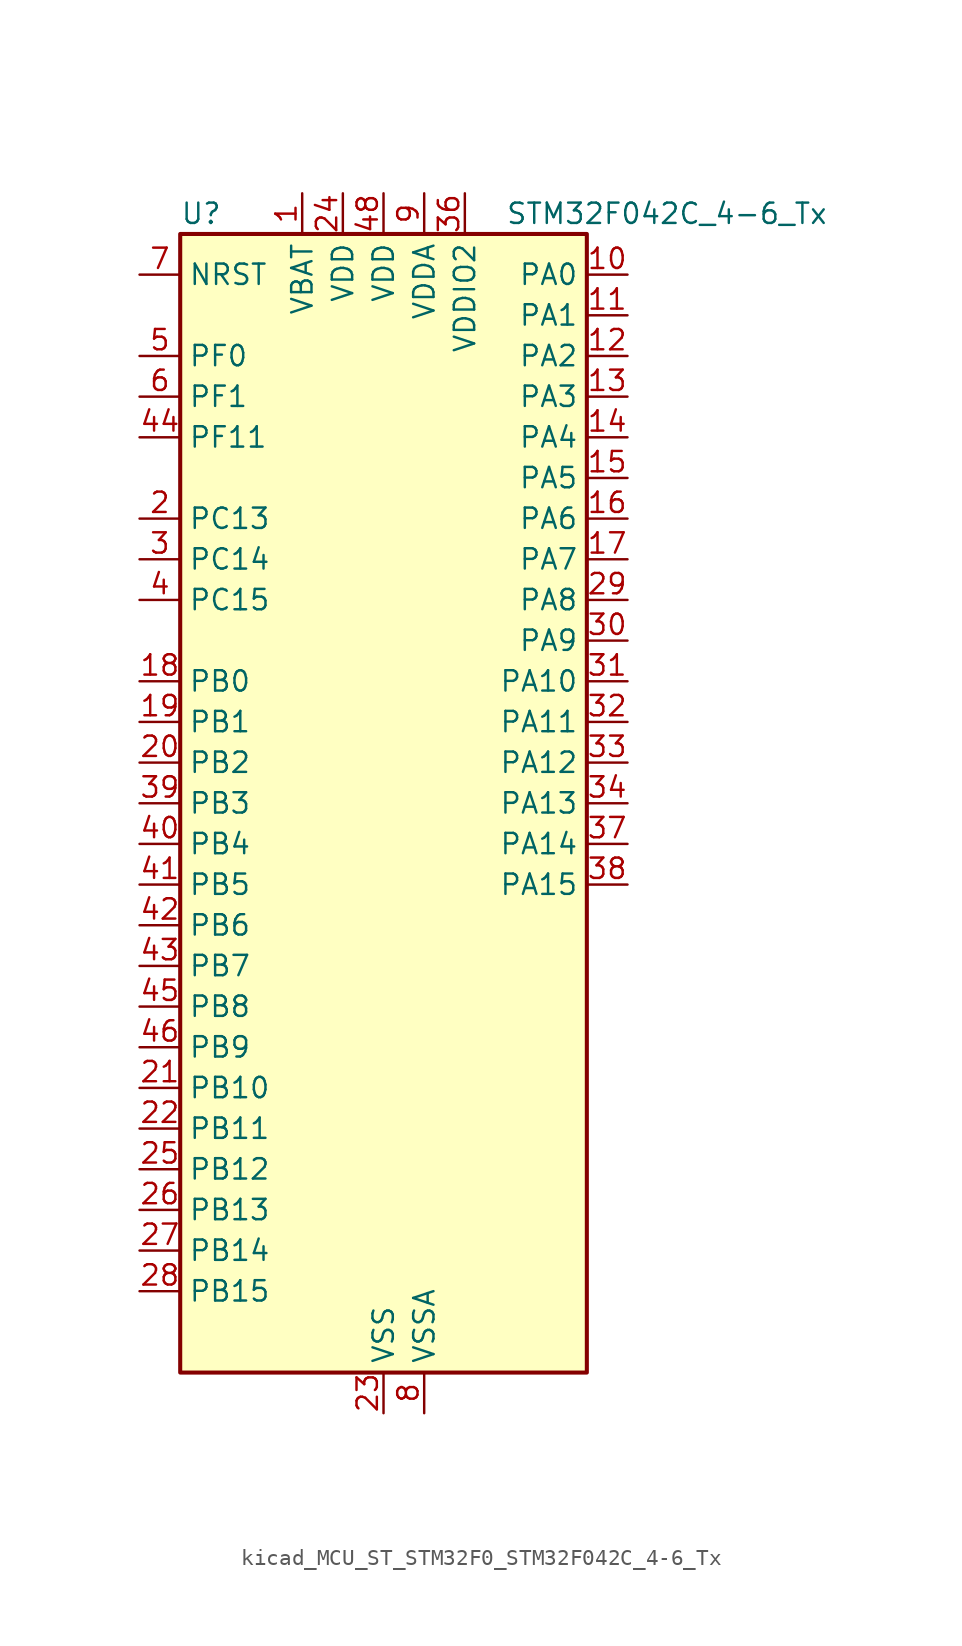
<source format=kicad_sym>
(kicad_symbol_lib
  (version 20220914)
  (generator kicad_symbol_editor)
  (symbol "kicad_MCU_ST_STM32F0_STM32F042C_4-6_Tx"
    (property "Reference" "U"
      (at -12.7 36.83 0)
      (effects (font (size 1.27 1.27)) (justify left)))
    (property "Value" "STM32F042C_4-6_Tx"
      (at 7.62 36.83 0)
      (effects (font (size 1.27 1.27)) (justify left)))
    (property "ki_locked" ""
      (at 0 0 0)
      (effects (font (size 1.27 1.27))))
    (symbol "kicad_MCU_ST_STM32F0_STM32F042C_4-6_Tx_0_1"
      (rectangle (start -12.7 -35.56) (end 12.7 35.56) (stroke (width 0.254) (type default)) (fill (type background))))
    (symbol "kicad_MCU_ST_STM32F0_STM32F042C_4-6_Tx_1_1"
      (pin power_in line (at -5.08 38.1 270) (length 2.54) (name "VBAT" (effects (font (size 1.27 1.27)))) (number "1" (effects (font (size 1.27 1.27)))))
      (pin bidirectional line (at 15.24 33.02 180) (length 2.54) (name "PA0" (effects (font (size 1.27 1.27)))) (number "10" (effects (font (size 1.27 1.27)))) (alternate "ADC_IN0" bidirectional line) (alternate "RTC_TAMP2" bidirectional line) (alternate "SYS_WKUP1" bidirectional line) (alternate "TIM2_CH1" bidirectional line) (alternate "TIM2_ETR" bidirectional line) (alternate "TSC_G1_IO1" bidirectional line) (alternate "USART2_CTS" bidirectional line))
      (pin bidirectional line (at 15.24 30.48 180) (length 2.54) (name "PA1" (effects (font (size 1.27 1.27)))) (number "11" (effects (font (size 1.27 1.27)))) (alternate "ADC_IN1" bidirectional line) (alternate "TIM2_CH2" bidirectional line) (alternate "TSC_G1_IO2" bidirectional line) (alternate "USART2_DE" bidirectional line) (alternate "USART2_RTS" bidirectional line))
      (pin bidirectional line (at 15.24 27.94 180) (length 2.54) (name "PA2" (effects (font (size 1.27 1.27)))) (number "12" (effects (font (size 1.27 1.27)))) (alternate "ADC_IN2" bidirectional line) (alternate "SYS_WKUP4" bidirectional line) (alternate "TIM2_CH3" bidirectional line) (alternate "TSC_G1_IO3" bidirectional line) (alternate "USART2_TX" bidirectional line))
      (pin bidirectional line (at 15.24 25.4 180) (length 2.54) (name "PA3" (effects (font (size 1.27 1.27)))) (number "13" (effects (font (size 1.27 1.27)))) (alternate "ADC_IN3" bidirectional line) (alternate "TIM2_CH4" bidirectional line) (alternate "TSC_G1_IO4" bidirectional line) (alternate "USART2_RX" bidirectional line))
      (pin bidirectional line (at 15.24 22.86 180) (length 2.54) (name "PA4" (effects (font (size 1.27 1.27)))) (number "14" (effects (font (size 1.27 1.27)))) (alternate "ADC_IN4" bidirectional line) (alternate "I2S1_WS" bidirectional line) (alternate "SPI1_NSS" bidirectional line) (alternate "TIM14_CH1" bidirectional line) (alternate "TSC_G2_IO1" bidirectional line) (alternate "USART2_CK" bidirectional line) (alternate "USB_NOE" bidirectional line))
      (pin bidirectional line (at 15.24 20.32 180) (length 2.54) (name "PA5" (effects (font (size 1.27 1.27)))) (number "15" (effects (font (size 1.27 1.27)))) (alternate "ADC_IN5" bidirectional line) (alternate "CEC" bidirectional line) (alternate "I2S1_CK" bidirectional line) (alternate "SPI1_SCK" bidirectional line) (alternate "TIM2_CH1" bidirectional line) (alternate "TIM2_ETR" bidirectional line) (alternate "TSC_G2_IO2" bidirectional line))
      (pin bidirectional line (at 15.24 17.78 180) (length 2.54) (name "PA6" (effects (font (size 1.27 1.27)))) (number "16" (effects (font (size 1.27 1.27)))) (alternate "ADC_IN6" bidirectional line) (alternate "I2S1_MCK" bidirectional line) (alternate "SPI1_MISO" bidirectional line) (alternate "TIM16_CH1" bidirectional line) (alternate "TIM1_BKIN" bidirectional line) (alternate "TIM3_CH1" bidirectional line) (alternate "TSC_G2_IO3" bidirectional line))
      (pin bidirectional line (at 15.24 15.24 180) (length 2.54) (name "PA7" (effects (font (size 1.27 1.27)))) (number "17" (effects (font (size 1.27 1.27)))) (alternate "ADC_IN7" bidirectional line) (alternate "I2S1_SD" bidirectional line) (alternate "SPI1_MOSI" bidirectional line) (alternate "TIM14_CH1" bidirectional line) (alternate "TIM17_CH1" bidirectional line) (alternate "TIM1_CH1N" bidirectional line) (alternate "TIM3_CH2" bidirectional line) (alternate "TSC_G2_IO4" bidirectional line))
      (pin bidirectional line (at -15.24 7.62 0) (length 2.54) (name "PB0" (effects (font (size 1.27 1.27)))) (number "18" (effects (font (size 1.27 1.27)))) (alternate "ADC_IN8" bidirectional line) (alternate "TIM1_CH2N" bidirectional line) (alternate "TIM3_CH3" bidirectional line) (alternate "TSC_G3_IO2" bidirectional line))
      (pin bidirectional line (at -15.24 5.08 0) (length 2.54) (name "PB1" (effects (font (size 1.27 1.27)))) (number "19" (effects (font (size 1.27 1.27)))) (alternate "ADC_IN9" bidirectional line) (alternate "TIM14_CH1" bidirectional line) (alternate "TIM1_CH3N" bidirectional line) (alternate "TIM3_CH4" bidirectional line) (alternate "TSC_G3_IO3" bidirectional line))
      (pin bidirectional line (at -15.24 17.78 0) (length 2.54) (name "PC13" (effects (font (size 1.27 1.27)))) (number "2" (effects (font (size 1.27 1.27)))) (alternate "RTC_OUT_ALARM" bidirectional line) (alternate "RTC_OUT_CALIB" bidirectional line) (alternate "RTC_TAMP1" bidirectional line) (alternate "RTC_TS" bidirectional line) (alternate "SYS_WKUP2" bidirectional line))
      (pin bidirectional line (at -15.24 2.54 0) (length 2.54) (name "PB2" (effects (font (size 1.27 1.27)))) (number "20" (effects (font (size 1.27 1.27)))) (alternate "TSC_G3_IO4" bidirectional line))
      (pin bidirectional line (at -15.24 -17.78 0) (length 2.54) (name "PB10" (effects (font (size 1.27 1.27)))) (number "21" (effects (font (size 1.27 1.27)))) (alternate "CEC" bidirectional line) (alternate "I2C1_SCL" bidirectional line) (alternate "SPI2_SCK" bidirectional line) (alternate "TIM2_CH3" bidirectional line) (alternate "TSC_SYNC" bidirectional line))
      (pin bidirectional line (at -15.24 -20.32 0) (length 2.54) (name "PB11" (effects (font (size 1.27 1.27)))) (number "22" (effects (font (size 1.27 1.27)))) (alternate "I2C1_SDA" bidirectional line) (alternate "TIM2_CH4" bidirectional line))
      (pin power_in line (at 0 -38.1 90) (length 2.54) (name "VSS" (effects (font (size 1.27 1.27)))) (number "23" (effects (font (size 1.27 1.27)))))
      (pin power_in line (at -2.54 38.1 270) (length 2.54) (name "VDD" (effects (font (size 1.27 1.27)))) (number "24" (effects (font (size 1.27 1.27)))))
      (pin bidirectional line (at -15.24 -22.86 0) (length 2.54) (name "PB12" (effects (font (size 1.27 1.27)))) (number "25" (effects (font (size 1.27 1.27)))) (alternate "SPI2_NSS" bidirectional line) (alternate "TIM1_BKIN" bidirectional line))
      (pin bidirectional line (at -15.24 -25.4 0) (length 2.54) (name "PB13" (effects (font (size 1.27 1.27)))) (number "26" (effects (font (size 1.27 1.27)))) (alternate "I2C1_SCL" bidirectional line) (alternate "SPI2_SCK" bidirectional line) (alternate "TIM1_CH1N" bidirectional line))
      (pin bidirectional line (at -15.24 -27.94 0) (length 2.54) (name "PB14" (effects (font (size 1.27 1.27)))) (number "27" (effects (font (size 1.27 1.27)))) (alternate "I2C1_SDA" bidirectional line) (alternate "SPI2_MISO" bidirectional line) (alternate "TIM1_CH2N" bidirectional line))
      (pin bidirectional line (at -15.24 -30.48 0) (length 2.54) (name "PB15" (effects (font (size 1.27 1.27)))) (number "28" (effects (font (size 1.27 1.27)))) (alternate "RTC_REFIN" bidirectional line) (alternate "SPI2_MOSI" bidirectional line) (alternate "SYS_WKUP7" bidirectional line) (alternate "TIM1_CH3N" bidirectional line))
      (pin bidirectional line (at 15.24 12.7 180) (length 2.54) (name "PA8" (effects (font (size 1.27 1.27)))) (number "29" (effects (font (size 1.27 1.27)))) (alternate "CRS_SYNC" bidirectional line) (alternate "RCC_MCO" bidirectional line) (alternate "TIM1_CH1" bidirectional line) (alternate "USART1_CK" bidirectional line))
      (pin bidirectional line (at -15.24 15.24 0) (length 2.54) (name "PC14" (effects (font (size 1.27 1.27)))) (number "3" (effects (font (size 1.27 1.27)))) (alternate "RCC_OSC32_IN" bidirectional line))
      (pin bidirectional line (at 15.24 10.16 180) (length 2.54) (name "PA9" (effects (font (size 1.27 1.27)))) (number "30" (effects (font (size 1.27 1.27)))) (alternate "I2C1_SCL" bidirectional line) (alternate "TIM1_CH2" bidirectional line) (alternate "TSC_G4_IO1" bidirectional line) (alternate "USART1_TX" bidirectional line))
      (pin bidirectional line (at 15.24 7.62 180) (length 2.54) (name "PA10" (effects (font (size 1.27 1.27)))) (number "31" (effects (font (size 1.27 1.27)))) (alternate "I2C1_SDA" bidirectional line) (alternate "TIM17_BKIN" bidirectional line) (alternate "TIM1_CH3" bidirectional line) (alternate "TSC_G4_IO2" bidirectional line) (alternate "USART1_RX" bidirectional line))
      (pin bidirectional line (at 15.24 5.08 180) (length 2.54) (name "PA11" (effects (font (size 1.27 1.27)))) (number "32" (effects (font (size 1.27 1.27)))) (alternate "CAN_RX" bidirectional line) (alternate "I2C1_SCL" bidirectional line) (alternate "TIM1_CH4" bidirectional line) (alternate "TSC_G4_IO3" bidirectional line) (alternate "USART1_CTS" bidirectional line) (alternate "USB_DM" bidirectional line))
      (pin bidirectional line (at 15.24 2.54 180) (length 2.54) (name "PA12" (effects (font (size 1.27 1.27)))) (number "33" (effects (font (size 1.27 1.27)))) (alternate "CAN_TX" bidirectional line) (alternate "I2C1_SDA" bidirectional line) (alternate "TIM1_ETR" bidirectional line) (alternate "TSC_G4_IO4" bidirectional line) (alternate "USART1_DE" bidirectional line) (alternate "USART1_RTS" bidirectional line) (alternate "USB_DP" bidirectional line))
      (pin bidirectional line (at 15.24 0 180) (length 2.54) (name "PA13" (effects (font (size 1.27 1.27)))) (number "34" (effects (font (size 1.27 1.27)))) (alternate "IR_OUT" bidirectional line) (alternate "SYS_SWDIO" bidirectional line) (alternate "USB_NOE" bidirectional line))
      (pin passive line (at 0 -38.1 90) (length 2.54) hide (name "VSS" (effects (font (size 1.27 1.27)))) (number "35" (effects (font (size 1.27 1.27)))))
      (pin power_in line (at 5.08 38.1 270) (length 2.54) (name "VDDIO2" (effects (font (size 1.27 1.27)))) (number "36" (effects (font (size 1.27 1.27)))))
      (pin bidirectional line (at 15.24 -2.54 180) (length 2.54) (name "PA14" (effects (font (size 1.27 1.27)))) (number "37" (effects (font (size 1.27 1.27)))) (alternate "SYS_SWCLK" bidirectional line) (alternate "USART2_TX" bidirectional line))
      (pin bidirectional line (at 15.24 -5.08 180) (length 2.54) (name "PA15" (effects (font (size 1.27 1.27)))) (number "38" (effects (font (size 1.27 1.27)))) (alternate "I2S1_WS" bidirectional line) (alternate "SPI1_NSS" bidirectional line) (alternate "TIM2_CH1" bidirectional line) (alternate "TIM2_ETR" bidirectional line) (alternate "USART2_RX" bidirectional line) (alternate "USB_NOE" bidirectional line))
      (pin bidirectional line (at -15.24 0 0) (length 2.54) (name "PB3" (effects (font (size 1.27 1.27)))) (number "39" (effects (font (size 1.27 1.27)))) (alternate "I2S1_CK" bidirectional line) (alternate "SPI1_SCK" bidirectional line) (alternate "TIM2_CH2" bidirectional line) (alternate "TSC_G5_IO1" bidirectional line))
      (pin bidirectional line (at -15.24 12.7 0) (length 2.54) (name "PC15" (effects (font (size 1.27 1.27)))) (number "4" (effects (font (size 1.27 1.27)))) (alternate "RCC_OSC32_OUT" bidirectional line))
      (pin bidirectional line (at -15.24 -2.54 0) (length 2.54) (name "PB4" (effects (font (size 1.27 1.27)))) (number "40" (effects (font (size 1.27 1.27)))) (alternate "I2S1_MCK" bidirectional line) (alternate "SPI1_MISO" bidirectional line) (alternate "TIM17_BKIN" bidirectional line) (alternate "TIM3_CH1" bidirectional line) (alternate "TSC_G5_IO2" bidirectional line))
      (pin bidirectional line (at -15.24 -5.08 0) (length 2.54) (name "PB5" (effects (font (size 1.27 1.27)))) (number "41" (effects (font (size 1.27 1.27)))) (alternate "I2C1_SMBA" bidirectional line) (alternate "I2S1_SD" bidirectional line) (alternate "SPI1_MOSI" bidirectional line) (alternate "SYS_WKUP6" bidirectional line) (alternate "TIM16_BKIN" bidirectional line) (alternate "TIM3_CH2" bidirectional line))
      (pin bidirectional line (at -15.24 -7.62 0) (length 2.54) (name "PB6" (effects (font (size 1.27 1.27)))) (number "42" (effects (font (size 1.27 1.27)))) (alternate "I2C1_SCL" bidirectional line) (alternate "TIM16_CH1N" bidirectional line) (alternate "TSC_G5_IO3" bidirectional line) (alternate "USART1_TX" bidirectional line))
      (pin bidirectional line (at -15.24 -10.16 0) (length 2.54) (name "PB7" (effects (font (size 1.27 1.27)))) (number "43" (effects (font (size 1.27 1.27)))) (alternate "I2C1_SDA" bidirectional line) (alternate "TIM17_CH1N" bidirectional line) (alternate "TSC_G5_IO4" bidirectional line) (alternate "USART1_RX" bidirectional line))
      (pin bidirectional line (at -15.24 22.86 0) (length 2.54) (name "PF11" (effects (font (size 1.27 1.27)))) (number "44" (effects (font (size 1.27 1.27)))))
      (pin bidirectional line (at -15.24 -12.7 0) (length 2.54) (name "PB8" (effects (font (size 1.27 1.27)))) (number "45" (effects (font (size 1.27 1.27)))) (alternate "CAN_RX" bidirectional line) (alternate "CEC" bidirectional line) (alternate "I2C1_SCL" bidirectional line) (alternate "TIM16_CH1" bidirectional line) (alternate "TSC_SYNC" bidirectional line))
      (pin bidirectional line (at -15.24 -15.24 0) (length 2.54) (name "PB9" (effects (font (size 1.27 1.27)))) (number "46" (effects (font (size 1.27 1.27)))) (alternate "CAN_TX" bidirectional line) (alternate "I2C1_SDA" bidirectional line) (alternate "IR_OUT" bidirectional line) (alternate "SPI2_NSS" bidirectional line) (alternate "TIM17_CH1" bidirectional line))
      (pin passive line (at 0 -38.1 90) (length 2.54) hide (name "VSS" (effects (font (size 1.27 1.27)))) (number "47" (effects (font (size 1.27 1.27)))))
      (pin power_in line (at 0 38.1 270) (length 2.54) (name "VDD" (effects (font (size 1.27 1.27)))) (number "48" (effects (font (size 1.27 1.27)))))
      (pin bidirectional line (at -15.24 27.94 0) (length 2.54) (name "PF0" (effects (font (size 1.27 1.27)))) (number "5" (effects (font (size 1.27 1.27)))) (alternate "CRS_SYNC" bidirectional line) (alternate "I2C1_SDA" bidirectional line) (alternate "RCC_OSC_IN" bidirectional line))
      (pin bidirectional line (at -15.24 25.4 0) (length 2.54) (name "PF1" (effects (font (size 1.27 1.27)))) (number "6" (effects (font (size 1.27 1.27)))) (alternate "I2C1_SCL" bidirectional line) (alternate "RCC_OSC_OUT" bidirectional line))
      (pin input line (at -15.24 33.02 0) (length 2.54) (name "NRST" (effects (font (size 1.27 1.27)))) (number "7" (effects (font (size 1.27 1.27)))))
      (pin power_in line (at 2.54 -38.1 90) (length 2.54) (name "VSSA" (effects (font (size 1.27 1.27)))) (number "8" (effects (font (size 1.27 1.27)))))
      (pin power_in line (at 2.54 38.1 270) (length 2.54) (name "VDDA" (effects (font (size 1.27 1.27)))) (number "9" (effects (font (size 1.27 1.27))))))))
</source>
